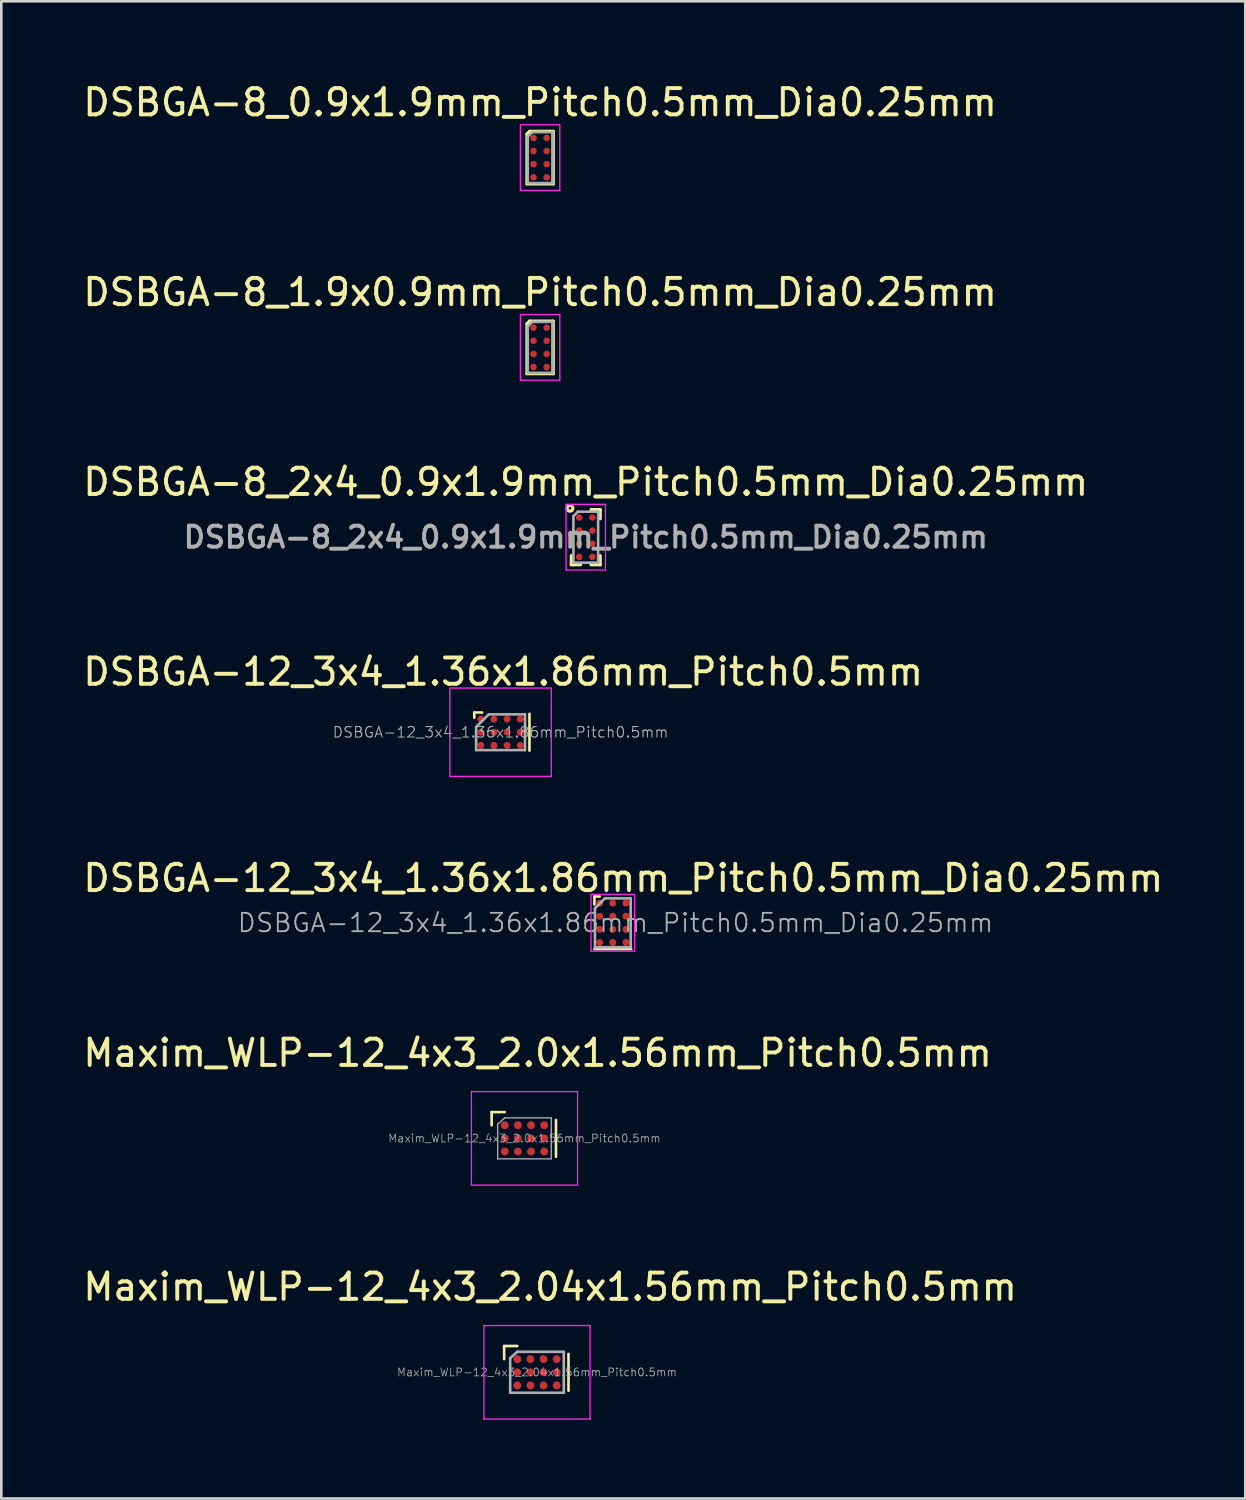
<source format=kicad_pcb>
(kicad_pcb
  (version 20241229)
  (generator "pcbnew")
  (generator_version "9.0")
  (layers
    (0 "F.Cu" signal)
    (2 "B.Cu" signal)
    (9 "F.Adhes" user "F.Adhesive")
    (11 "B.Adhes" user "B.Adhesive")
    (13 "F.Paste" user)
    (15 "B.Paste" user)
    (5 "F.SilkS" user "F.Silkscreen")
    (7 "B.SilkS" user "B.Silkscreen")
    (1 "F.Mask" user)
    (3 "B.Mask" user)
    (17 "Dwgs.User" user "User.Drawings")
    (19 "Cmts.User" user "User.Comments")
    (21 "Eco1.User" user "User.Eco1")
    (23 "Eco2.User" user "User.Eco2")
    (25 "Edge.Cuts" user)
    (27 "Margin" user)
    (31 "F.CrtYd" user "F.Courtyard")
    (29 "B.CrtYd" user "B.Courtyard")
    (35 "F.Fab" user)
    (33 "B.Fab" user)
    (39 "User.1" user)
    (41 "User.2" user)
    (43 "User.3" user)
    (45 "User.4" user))
  (footprint "DSBGA-8_2x4_0.9x1.9mm_Pitch0.5mm_Dia0.25mm"
    (layer "F.Cu")
    (at 19.244 17.395)
    (property "Reference" "DSBGA-8_2x4_0.9x1.9mm_Pitch0.5mm_Dia0.25mm" (at 0 -2.1 0) (layer "F.SilkS") (effects (font (size 1 1) (thickness 0.15))))
    (attr smd)
    (fp_line (start -0.55 0.7) (end -0.55 1.05) (stroke (width 0.12) (type solid)) (layer "F.SilkS"))
    (fp_line (start -0.55 1.05) (end -0.2 1.05) (stroke (width 0.12) (type solid)) (layer "F.SilkS"))
    (fp_line (start 0.2 1.05) (end 0.55 1.05) (stroke (width 0.12) (type solid)) (layer "F.SilkS"))
    (fp_line (start 0.55 -1.05) (end 0.2 -1.05) (stroke (width 0.12) (type solid)) (layer "F.SilkS"))
    (fp_line (start 0.55 -1.05) (end 0.55 -0.7) (stroke (width 0.12) (type solid)) (layer "F.SilkS"))
    (fp_line (start 0.55 1.05) (end 0.55 0.7) (stroke (width 0.12) (type solid)) (layer "F.SilkS"))
    (fp_circle (center -0.6 -1.1) (end -0.6 -1.05) (stroke (width 0.12) (type solid)) (fill no) (layer "F.SilkS"))
    (fp_line (start -0.75 -1.25) (end -0.75 1.25) (stroke (width 0.05) (type solid)) (layer "F.CrtYd"))
    (fp_line (start -0.75 1.25) (end 0.75 1.25) (stroke (width 0.05) (type solid)) (layer "F.CrtYd"))
    (fp_line (start 0.75 -1.25) (end -0.75 -1.25) (stroke (width 0.05) (type solid)) (layer "F.CrtYd"))
    (fp_line (start 0.75 1.25) (end 0.75 -1.25) (stroke (width 0.05) (type solid)) (layer "F.CrtYd"))
    (fp_line (start -0.47 -0.8) (end -0.47 0.97) (stroke (width 0.1) (type solid)) (layer "F.Fab"))
    (fp_line (start -0.47 -0.8) (end -0.3 -0.97) (stroke (width 0.1) (type solid)) (layer "F.Fab"))
    (fp_line (start -0.47 0.97) (end 0.47 0.97) (stroke (width 0.1) (type solid)) (layer "F.Fab"))
    (fp_line (start 0.47 -0.97) (end -0.3 -0.97) (stroke (width 0.1) (type solid)) (layer "F.Fab"))
    (fp_line (start 0.47 0.97) (end 0.47 -0.97) (stroke (width 0.1) (type solid)) (layer "F.Fab"))
    (fp_text user "${REFERENCE}" (at 0 0 0) (layer "F.Fab") (effects (font (size 0.8 0.8) (thickness 0.15))))
    (pad "A1" smd circle (at -0.25 -0.75) (size 0.25 0.25) (layers "F.Cu" "F.Mask" "F.Paste"))
    (pad "A2" smd circle (at 0.25 -0.75) (size 0.25 0.25) (layers "F.Cu" "F.Mask" "F.Paste"))
    (pad "B1" smd circle (at -0.25 -0.25) (size 0.25 0.25) (layers "F.Cu" "F.Mask" "F.Paste"))
    (pad "B2" smd circle (at 0.25 -0.25) (size 0.25 0.25) (layers "F.Cu" "F.Mask" "F.Paste"))
    (pad "C1" smd circle (at -0.25 0.25) (size 0.25 0.25) (layers "F.Cu" "F.Mask" "F.Paste"))
    (pad "C2" smd circle (at 0.25 0.25) (size 0.25 0.25) (layers "F.Cu" "F.Mask" "F.Paste"))
    (pad "D1" smd circle (at -0.25 0.75) (size 0.25 0.25) (layers "F.Cu" "F.Mask" "F.Paste"))
    (pad "D2" smd circle (at 0.25 0.75) (size 0.25 0.25) (layers "F.Cu" "F.Mask" "F.Paste")))
  (footprint "DSBGA-8_1.9x0.9mm_Pitch0.5mm_Dia0.25mm"
    (layer "F.Cu")
    (at 17.506 10.171)
    (property "Reference" "DSBGA-8_1.9x0.9mm_Pitch0.5mm_Dia0.25mm" (at 0 -2.1 0) (layer "F.SilkS") (effects (font (size 1 1) (thickness 0.15))))
    (attr smd)
    (fp_line (start -0.5 -0.9) (end -0.5 1) (stroke (width 0.12) (type solid)) (layer "F.SilkS"))
    (fp_line (start -0.5 -0.9) (end -0.4 -1) (stroke (width 0.12) (type solid)) (layer "F.SilkS"))
    (fp_line (start -0.5 1) (end 0.5 1) (stroke (width 0.12) (type solid)) (layer "F.SilkS"))
    (fp_line (start 0.5 -1) (end -0.4 -1) (stroke (width 0.12) (type solid)) (layer "F.SilkS"))
    (fp_line (start 0.5 1) (end 0.5 -1) (stroke (width 0.12) (type solid)) (layer "F.SilkS"))
    (fp_line (start -0.75 -1.25) (end -0.75 1.25) (stroke (width 0.05) (type solid)) (layer "F.CrtYd"))
    (fp_line (start -0.75 1.25) (end 0.75 1.25) (stroke (width 0.05) (type solid)) (layer "F.CrtYd"))
    (fp_line (start 0.75 -1.25) (end -0.75 -1.25) (stroke (width 0.05) (type solid)) (layer "F.CrtYd"))
    (fp_line (start 0.75 1.25) (end 0.75 -1.25) (stroke (width 0.05) (type solid)) (layer "F.CrtYd"))
    (fp_line (start -0.47 -0.8) (end -0.47 0.97) (stroke (width 0.1) (type solid)) (layer "F.Fab"))
    (fp_line (start -0.47 -0.8) (end -0.3 -0.97) (stroke (width 0.1) (type solid)) (layer "F.Fab"))
    (fp_line (start -0.47 0.97) (end 0.47 0.97) (stroke (width 0.1) (type solid)) (layer "F.Fab"))
    (fp_line (start 0.47 -0.97) (end -0.3 -0.97) (stroke (width 0.1) (type solid)) (layer "F.Fab"))
    (fp_line (start 0.47 0.97) (end 0.47 -0.97) (stroke (width 0.1) (type solid)) (layer "F.Fab"))
    (pad "A1" smd circle (at -0.25 -0.75) (size 0.25 0.25) (layers "F.Cu" "F.Mask" "F.Paste"))
    (pad "A2" smd circle (at 0.25 -0.75) (size 0.25 0.25) (layers "F.Cu" "F.Mask" "F.Paste"))
    (pad "B1" smd circle (at -0.25 -0.25) (size 0.25 0.25) (layers "F.Cu" "F.Mask" "F.Paste"))
    (pad "B2" smd circle (at 0.25 -0.25) (size 0.25 0.25) (layers "F.Cu" "F.Mask" "F.Paste"))
    (pad "C1" smd circle (at -0.25 0.25) (size 0.25 0.25) (layers "F.Cu" "F.Mask" "F.Paste"))
    (pad "C2" smd circle (at 0.25 0.25) (size 0.25 0.25) (layers "F.Cu" "F.Mask" "F.Paste"))
    (pad "D1" smd circle (at -0.25 0.75) (size 0.25 0.25) (layers "F.Cu" "F.Mask" "F.Paste"))
    (pad "D2" smd circle (at 0.25 0.75) (size 0.25 0.25) (layers "F.Cu" "F.Mask" "F.Paste")))
  (footprint "Maxim_WLP-12_4x3_2.04x1.56mm_Pitch0.5mm"
    (layer "F.Cu")
    (at 17.387 49.178)
    (property "Reference" "Maxim_WLP-12_4x3_2.04x1.56mm_Pitch0.5mm" (at 0.5 -3.25 0) (layer "F.SilkS") (effects (font (size 1 1) (thickness 0.15))))
    (attr smd)
    (fp_line (start -1.25 -1) (end -1.25 -0.5) (stroke (width 0.1) (type solid)) (layer "F.SilkS"))
    (fp_line (start -0.75 -1) (end -1.25 -1) (stroke (width 0.1) (type solid)) (layer "F.SilkS"))
    (fp_line (start 1.2 0.7) (end 1.2 -0.7) (stroke (width 0.1) (type solid)) (layer "F.SilkS"))
    (fp_line (start -2.02 -1.78) (end 2.02 -1.78) (stroke (width 0.05) (type solid)) (layer "F.CrtYd"))
    (fp_line (start -2.02 1.78) (end -2.02 -1.78) (stroke (width 0.05) (type solid)) (layer "F.CrtYd"))
    (fp_line (start -2.02 1.78) (end 2.02 1.78) (stroke (width 0.05) (type solid)) (layer "F.CrtYd"))
    (fp_line (start 2.02 -1.78) (end 2.02 1.78) (stroke (width 0.05) (type solid)) (layer "F.CrtYd"))
    (fp_line (start -1.02 0.78) (end -1.02 -0.54) (stroke (width 0.1) (type solid)) (layer "F.Fab"))
    (fp_line (start -1.02 0.78) (end 1.02 0.78) (stroke (width 0.1) (type solid)) (layer "F.Fab"))
    (fp_line (start -0.75 -0.78) (end -1.02 -0.54) (stroke (width 0.1) (type solid)) (layer "F.Fab"))
    (fp_line (start 1.02 -0.78) (end -0.75 -0.78) (stroke (width 0.1) (type solid)) (layer "F.Fab"))
    (fp_line (start 1.02 -0.78) (end 1.02 0.78) (stroke (width 0.1) (type solid)) (layer "F.Fab"))
    (fp_text user "${REFERENCE}" (at 0 0 180) (layer "F.Fab") (effects (font (size 0.3 0.3) (thickness 0.03))))
    (pad "A1" smd circle (at -0.75 -0.5 90) (size 0.3 0.3) (layers "F.Cu" "F.Mask" "F.Paste"))
    (pad "A2" smd circle (at -0.25 -0.5 90) (size 0.3 0.3) (layers "F.Cu" "F.Mask" "F.Paste"))
    (pad "A3" smd circle (at 0.25 -0.5 90) (size 0.3 0.3) (layers "F.Cu" "F.Mask" "F.Paste"))
    (pad "A4" smd circle (at 0.75 -0.5 90) (size 0.3 0.3) (layers "F.Cu" "F.Mask" "F.Paste"))
    (pad "B1" smd circle (at -0.75 0 90) (size 0.3 0.3) (layers "F.Cu" "F.Mask" "F.Paste"))
    (pad "B2" smd circle (at -0.25 0 90) (size 0.3 0.3) (layers "F.Cu" "F.Mask" "F.Paste"))
    (pad "B3" smd circle (at 0.25 0 90) (size 0.3 0.3) (layers "F.Cu" "F.Mask" "F.Paste"))
    (pad "B4" smd circle (at 0.75 0 90) (size 0.3 0.3) (layers "F.Cu" "F.Mask" "F.Paste"))
    (pad "C1" smd circle (at -0.75 0.5 90) (size 0.3 0.3) (layers "F.Cu" "F.Mask" "F.Paste"))
    (pad "C2" smd circle (at -0.25 0.5 90) (size 0.3 0.3) (layers "F.Cu" "F.Mask" "F.Paste"))
    (pad "C3" smd circle (at 0.25 0.5 90) (size 0.3 0.3) (layers "F.Cu" "F.Mask" "F.Paste"))
    (pad "C4" smd circle (at 0.75 0.5 90) (size 0.3 0.3) (layers "F.Cu" "F.Mask" "F.Paste")))
  (footprint "Maxim_WLP-12_4x3_2.0x1.56mm_Pitch0.5mm"
    (layer "F.Cu")
    (at 16.911 40.275)
    (property "Reference" "Maxim_WLP-12_4x3_2.0x1.56mm_Pitch0.5mm" (at 0.5 -3.25 0) (layer "F.SilkS") (effects (font (size 1 1) (thickness 0.15))))
    (attr smd)
    (fp_line (start -1.25 -1) (end -1.25 -0.5) (stroke (width 0.1) (type solid)) (layer "F.SilkS"))
    (fp_line (start -0.75 -1) (end -1.25 -1) (stroke (width 0.1) (type solid)) (layer "F.SilkS"))
    (fp_line (start 1.2 0.7) (end 1.2 -0.7) (stroke (width 0.1) (type solid)) (layer "F.SilkS"))
    (fp_line (start -2.02 -1.78) (end 2.02 -1.78) (stroke (width 0.05) (type solid)) (layer "F.CrtYd"))
    (fp_line (start -2.02 1.78) (end -2.02 -1.78) (stroke (width 0.05) (type solid)) (layer "F.CrtYd"))
    (fp_line (start -2.02 1.78) (end 2.02 1.78) (stroke (width 0.05) (type solid)) (layer "F.CrtYd"))
    (fp_line (start 2.02 -1.78) (end 2.02 1.78) (stroke (width 0.05) (type solid)) (layer "F.CrtYd"))
    (fp_line (start -1.02 0.78) (end -1.02 -0.54) (stroke (width 0.05) (type solid)) (layer "F.Fab"))
    (fp_line (start -1.02 0.78) (end 1.02 0.78) (stroke (width 0.05) (type solid)) (layer "F.Fab"))
    (fp_line (start -0.75 -0.78) (end -1.02 -0.54) (stroke (width 0.05) (type solid)) (layer "F.Fab"))
    (fp_line (start 1.02 -0.78) (end -0.75 -0.78) (stroke (width 0.05) (type solid)) (layer "F.Fab"))
    (fp_line (start 1.02 -0.78) (end 1.02 0.78) (stroke (width 0.05) (type solid)) (layer "F.Fab"))
    (fp_text user "${REFERENCE}" (at 0 0 180) (layer "F.Fab") (effects (font (size 0.3 0.3) (thickness 0.03))))
    (pad "A1" smd circle (at -0.75 -0.5 90) (size 0.3 0.3) (layers "F.Cu" "F.Mask" "F.Paste"))
    (pad "A2" smd circle (at -0.25 -0.5 90) (size 0.3 0.3) (layers "F.Cu" "F.Mask" "F.Paste"))
    (pad "A3" smd circle (at 0.25 -0.5 90) (size 0.3 0.3) (layers "F.Cu" "F.Mask" "F.Paste"))
    (pad "A4" smd circle (at 0.75 -0.5 90) (size 0.3 0.3) (layers "F.Cu" "F.Mask" "F.Paste"))
    (pad "B1" smd circle (at -0.75 0 90) (size 0.3 0.3) (layers "F.Cu" "F.Mask" "F.Paste"))
    (pad "B2" smd circle (at -0.25 0 90) (size 0.3 0.3) (layers "F.Cu" "F.Mask" "F.Paste"))
    (pad "B3" smd circle (at 0.25 0 90) (size 0.3 0.3) (layers "F.Cu" "F.Mask" "F.Paste"))
    (pad "B4" smd circle (at 0.75 0 90) (size 0.3 0.3) (layers "F.Cu" "F.Mask" "F.Paste"))
    (pad "C1" smd circle (at -0.75 0.5 90) (size 0.3 0.3) (layers "F.Cu" "F.Mask" "F.Paste"))
    (pad "C2" smd circle (at -0.25 0.5 90) (size 0.3 0.3) (layers "F.Cu" "F.Mask" "F.Paste"))
    (pad "C3" smd circle (at 0.25 0.5 90) (size 0.3 0.3) (layers "F.Cu" "F.Mask" "F.Paste"))
    (pad "C4" smd circle (at 0.75 0.5 90) (size 0.3 0.3) (layers "F.Cu" "F.Mask" "F.Paste")))
  (footprint "DSBGA-12_3x4_1.36x1.86mm_Pitch0.5mm"
    (layer "F.Cu")
    (at 16.001 24.818)
    (property "Reference" "DSBGA-12_3x4_1.36x1.86mm_Pitch0.5mm" (at 0.1 -2.3 0) (layer "F.SilkS") (effects (font (size 1 1) (thickness 0.15))))
    (attr smd)
    (fp_line (start -1 -0.55) (end -1 -0.75) (stroke (width 0.1) (type solid)) (layer "F.SilkS"))
    (fp_line (start -0.7 -0.75) (end -1 -0.75) (stroke (width 0.1) (type solid)) (layer "F.SilkS"))
    (fp_line (start 1.1 0.7) (end 1.1 -0.7) (stroke (width 0.1) (type solid)) (layer "F.SilkS"))
    (fp_line (start -1.93 -1.68) (end 1.93 -1.68) (stroke (width 0.05) (type solid)) (layer "F.CrtYd"))
    (fp_line (start -1.93 1.68) (end -1.93 -1.68) (stroke (width 0.05) (type solid)) (layer "F.CrtYd"))
    (fp_line (start -1.93 1.68) (end 1.93 1.68) (stroke (width 0.05) (type solid)) (layer "F.CrtYd"))
    (fp_line (start 1.93 -1.68) (end 1.93 1.68) (stroke (width 0.05) (type solid)) (layer "F.CrtYd"))
    (fp_line (start -0.93 -0.2) (end -0.45 -0.68) (stroke (width 0.1) (type solid)) (layer "F.Fab"))
    (fp_line (start -0.93 0.68) (end -0.93 -0.2) (stroke (width 0.1) (type solid)) (layer "F.Fab"))
    (fp_line (start -0.93 0.68) (end 0.93 0.68) (stroke (width 0.1) (type solid)) (layer "F.Fab"))
    (fp_line (start -0.45 -0.68) (end 0.93 -0.68) (stroke (width 0.1) (type solid)) (layer "F.Fab"))
    (fp_line (start 0.93 0.68) (end 0.93 -0.68) (stroke (width 0.1) (type solid)) (layer "F.Fab"))
    (fp_text user "${REFERENCE}" (at 0 0 0) (layer "F.Fab") (effects (font (size 0.4 0.4) (thickness 0.04))))
    (pad "A1" smd circle (at -0.75 -0.5 90) (size 0.265 0.265) (layers "F.Cu" "F.Mask" "F.Paste"))
    (pad "A2" smd circle (at -0.25 -0.5 90) (size 0.265 0.265) (layers "F.Cu" "F.Mask" "F.Paste"))
    (pad "A3" smd circle (at 0.25 -0.5 90) (size 0.265 0.265) (layers "F.Cu" "F.Mask" "F.Paste"))
    (pad "A4" smd circle (at 0.75 -0.5 90) (size 0.265 0.265) (layers "F.Cu" "F.Mask" "F.Paste"))
    (pad "B1" smd circle (at -0.75 0 90) (size 0.265 0.265) (layers "F.Cu" "F.Mask" "F.Paste"))
    (pad "B2" smd circle (at -0.25 0 90) (size 0.265 0.265) (layers "F.Cu" "F.Mask" "F.Paste"))
    (pad "B3" smd circle (at 0.25 0 90) (size 0.265 0.265) (layers "F.Cu" "F.Mask" "F.Paste"))
    (pad "B4" smd circle (at 0.75 0 90) (size 0.265 0.265) (layers "F.Cu" "F.Mask" "F.Paste"))
    (pad "C1" smd circle (at -0.75 0.5 90) (size 0.265 0.265) (layers "F.Cu" "F.Mask" "F.Paste"))
    (pad "C2" smd circle (at -0.25 0.5 90) (size 0.265 0.265) (layers "F.Cu" "F.Mask" "F.Paste"))
    (pad "C3" smd circle (at 0.25 0.5 90) (size 0.265 0.265) (layers "F.Cu" "F.Mask" "F.Paste"))
    (pad "C4" smd circle (at 0.75 0.5 90) (size 0.265 0.265) (layers "F.Cu" "F.Mask" "F.Paste")))
  (footprint "DSBGA-12_3x4_1.36x1.86mm_Pitch0.5mm_Dia0.25mm"
    (layer "F.Cu")
    (at 20.273 32.071)
    (property "Reference" "DSBGA-12_3x4_1.36x1.86mm_Pitch0.5mm_Dia0.25mm" (at 0.4 -1.7 0) (layer "F.SilkS") (effects (font (size 1 1) (thickness 0.15))))
    (attr smd)
    (fp_line (start -0.7 -1) (end -0.5 -1) (stroke (width 0.1) (type solid)) (layer "F.SilkS"))
    (fp_line (start -0.7 -0.7) (end -0.7 -1) (stroke (width 0.1) (type solid)) (layer "F.SilkS"))
    (fp_line (start -0.7 1) (end 0.7 1) (stroke (width 0.1) (type solid)) (layer "F.SilkS"))
    (fp_line (start -0.83 -1.08) (end 0.83 -1.08) (stroke (width 0.05) (type solid)) (layer "F.CrtYd"))
    (fp_line (start -0.83 1.08) (end -0.83 -1.08) (stroke (width 0.05) (type solid)) (layer "F.CrtYd"))
    (fp_line (start 0.83 -1.08) (end 0.83 1.08) (stroke (width 0.05) (type solid)) (layer "F.CrtYd"))
    (fp_line (start 0.83 1.08) (end -0.83 1.08) (stroke (width 0.05) (type solid)) (layer "F.CrtYd"))
    (fp_line (start -0.68 -0.55) (end -0.68 0.93) (stroke (width 0.1) (type solid)) (layer "F.Fab"))
    (fp_line (start -0.68 -0.55) (end -0.3 -0.93) (stroke (width 0.1) (type solid)) (layer "F.Fab"))
    (fp_line (start -0.68 0.93) (end 0.68 0.93) (stroke (width 0.1) (type solid)) (layer "F.Fab"))
    (fp_line (start -0.3 -0.93) (end 0.68 -0.93) (stroke (width 0.1) (type solid)) (layer "F.Fab"))
    (fp_line (start 0.68 -0.93) (end 0.68 0.93) (stroke (width 0.1) (type solid)) (layer "F.Fab"))
    (fp_text user "${REFERENCE}" (at 0.1 0 0) (layer "F.Fab") (effects (font (size 0.7 0.7) (thickness 0.07))))
    (pad "A1" smd circle (at -0.5 -0.75) (size 0.265 0.265) (layers "F.Cu" "F.Mask" "F.Paste"))
    (pad "A2" smd circle (at 0 -0.75) (size 0.265 0.265) (layers "F.Cu" "F.Mask" "F.Paste"))
    (pad "A3" smd circle (at 0.5 -0.75) (size 0.265 0.265) (layers "F.Cu" "F.Mask" "F.Paste"))
    (pad "B1" smd circle (at -0.5 -0.25) (size 0.265 0.265) (layers "F.Cu" "F.Mask" "F.Paste"))
    (pad "B2" smd circle (at 0 -0.25) (size 0.265 0.265) (layers "F.Cu" "F.Mask" "F.Paste"))
    (pad "B3" smd circle (at 0.5 -0.25) (size 0.265 0.265) (layers "F.Cu" "F.Mask" "F.Paste"))
    (pad "C1" smd circle (at -0.5 0.25) (size 0.265 0.265) (layers "F.Cu" "F.Mask" "F.Paste"))
    (pad "C2" smd circle (at 0 0.25) (size 0.265 0.265) (layers "F.Cu" "F.Mask" "F.Paste"))
    (pad "C3" smd circle (at 0.5 0.25) (size 0.265 0.265) (layers "F.Cu" "F.Mask" "F.Paste"))
    (pad "D1" smd circle (at -0.5 0.75) (size 0.265 0.265) (layers "F.Cu" "F.Mask" "F.Paste"))
    (pad "D2" smd circle (at 0 0.75) (size 0.265 0.265) (layers "F.Cu" "F.Mask" "F.Paste"))
    (pad "D3" smd circle (at 0.5 0.75) (size 0.265 0.265) (layers "F.Cu" "F.Mask" "F.Paste")))
  (footprint "DSBGA-8_0.9x1.9mm_Pitch0.5mm_Dia0.25mm"
    (layer "F.Cu")
    (at 17.506 2.948)
    (property "Reference" "DSBGA-8_0.9x1.9mm_Pitch0.5mm_Dia0.25mm" (at 0 -2.1 0) (layer "F.SilkS") (effects (font (size 1 1) (thickness 0.15))))
    (attr smd)
    (fp_line (start -0.5 -0.9) (end -0.5 1) (stroke (width 0.12) (type solid)) (layer "F.SilkS"))
    (fp_line (start -0.5 -0.9) (end -0.4 -1) (stroke (width 0.12) (type solid)) (layer "F.SilkS"))
    (fp_line (start -0.5 1) (end 0.5 1) (stroke (width 0.12) (type solid)) (layer "F.SilkS"))
    (fp_line (start 0.5 -1) (end -0.4 -1) (stroke (width 0.12) (type solid)) (layer "F.SilkS"))
    (fp_line (start 0.5 1) (end 0.5 -1) (stroke (width 0.12) (type solid)) (layer "F.SilkS"))
    (fp_line (start -0.75 -1.25) (end -0.75 1.25) (stroke (width 0.05) (type solid)) (layer "F.CrtYd"))
    (fp_line (start -0.75 1.25) (end 0.75 1.25) (stroke (width 0.05) (type solid)) (layer "F.CrtYd"))
    (fp_line (start 0.75 -1.25) (end -0.75 -1.25) (stroke (width 0.05) (type solid)) (layer "F.CrtYd"))
    (fp_line (start 0.75 1.25) (end 0.75 -1.25) (stroke (width 0.05) (type solid)) (layer "F.CrtYd"))
    (fp_line (start -0.47 -0.8) (end -0.47 0.97) (stroke (width 0.1) (type solid)) (layer "F.Fab"))
    (fp_line (start -0.47 -0.8) (end -0.3 -0.97) (stroke (width 0.1) (type solid)) (layer "F.Fab"))
    (fp_line (start -0.47 0.97) (end 0.47 0.97) (stroke (width 0.1) (type solid)) (layer "F.Fab"))
    (fp_line (start 0.47 -0.97) (end -0.3 -0.97) (stroke (width 0.1) (type solid)) (layer "F.Fab"))
    (fp_line (start 0.47 0.97) (end 0.47 -0.97) (stroke (width 0.1) (type solid)) (layer "F.Fab"))
    (pad "A1" smd circle (at -0.25 -0.75) (size 0.25 0.25) (layers "F.Cu" "F.Mask" "F.Paste"))
    (pad "A2" smd circle (at 0.25 -0.75) (size 0.25 0.25) (layers "F.Cu" "F.Mask" "F.Paste"))
    (pad "B1" smd circle (at -0.25 -0.25) (size 0.25 0.25) (layers "F.Cu" "F.Mask" "F.Paste"))
    (pad "B2" smd circle (at 0.25 -0.25) (size 0.25 0.25) (layers "F.Cu" "F.Mask" "F.Paste"))
    (pad "C1" smd circle (at -0.25 0.25) (size 0.25 0.25) (layers "F.Cu" "F.Mask" "F.Paste"))
    (pad "C2" smd circle (at 0.25 0.25) (size 0.25 0.25) (layers "F.Cu" "F.Mask" "F.Paste"))
    (pad "D1" smd circle (at -0.25 0.75) (size 0.25 0.25) (layers "F.Cu" "F.Mask" "F.Paste"))
    (pad "D2" smd circle (at 0.25 0.75) (size 0.25 0.25) (layers "F.Cu" "F.Mask" "F.Paste")))
  (gr_rect
    (start -3 -3)
    (end 44.345 53.983)
    (stroke (width 0.1) (type default))
    (fill no)
    (layer "Edge.Cuts")))
</source>
